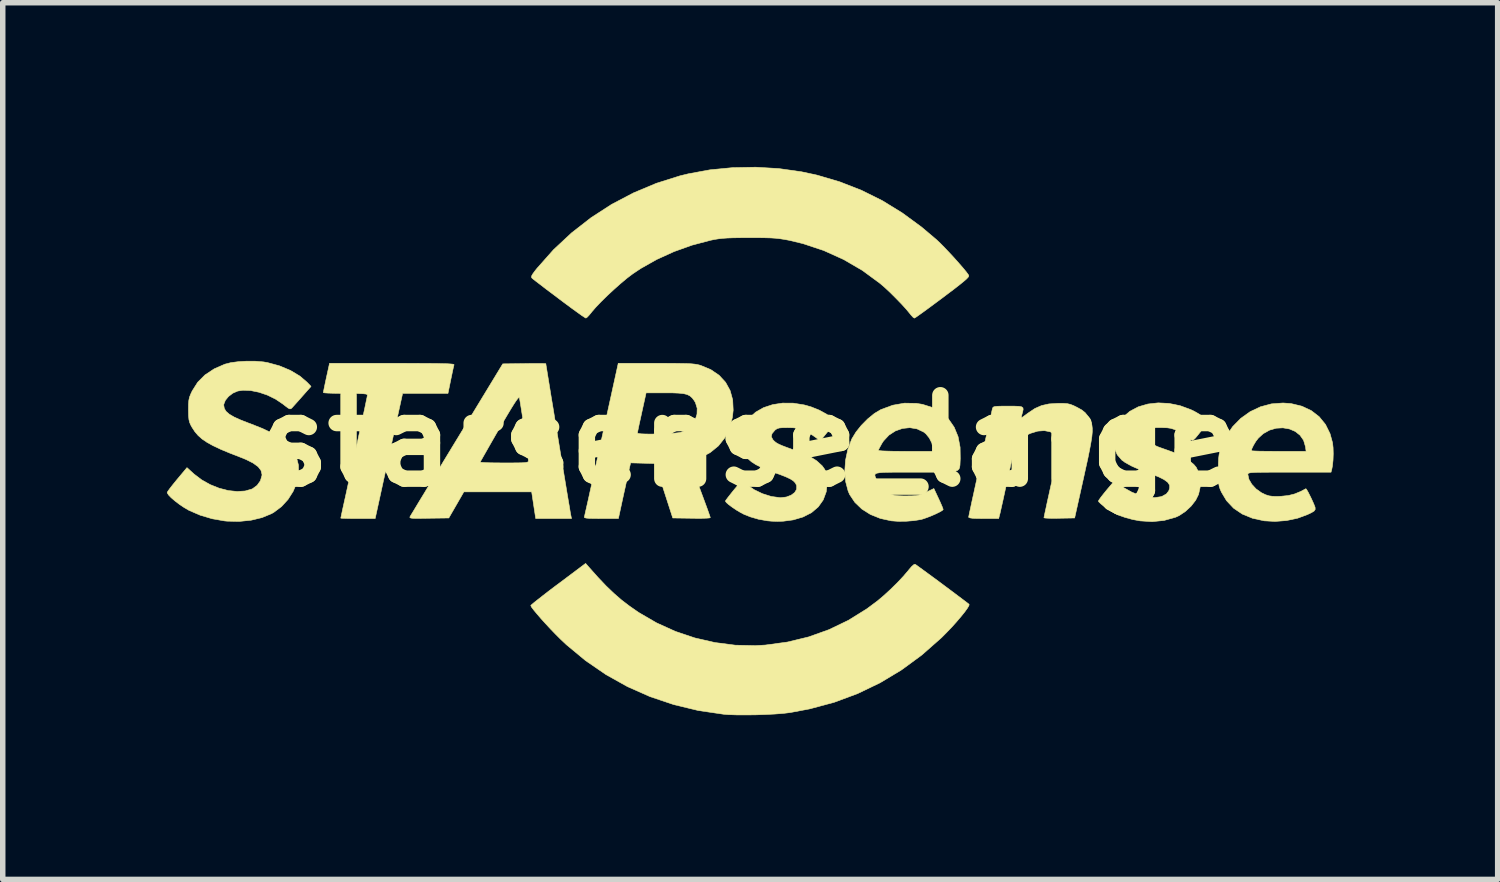
<source format=kicad_pcb>
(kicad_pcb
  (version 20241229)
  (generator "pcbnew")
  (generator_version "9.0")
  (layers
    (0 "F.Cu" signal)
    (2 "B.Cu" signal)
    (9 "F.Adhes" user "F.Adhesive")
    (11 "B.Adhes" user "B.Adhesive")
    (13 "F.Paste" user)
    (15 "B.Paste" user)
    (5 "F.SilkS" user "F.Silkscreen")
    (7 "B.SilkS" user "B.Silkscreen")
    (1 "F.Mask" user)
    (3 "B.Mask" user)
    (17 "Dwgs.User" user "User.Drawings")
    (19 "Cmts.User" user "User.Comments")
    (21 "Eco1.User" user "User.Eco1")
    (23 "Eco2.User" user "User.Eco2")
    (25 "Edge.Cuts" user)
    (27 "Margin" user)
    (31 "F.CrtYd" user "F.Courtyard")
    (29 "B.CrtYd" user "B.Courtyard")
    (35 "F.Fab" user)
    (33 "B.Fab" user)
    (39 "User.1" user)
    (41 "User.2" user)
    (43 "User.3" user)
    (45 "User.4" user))
  (footprint "starsense_large"
    (layer "F.Cu")
    (at 10.648 5.006)
    (property "Reference" "starsense_large" (at 0 0 0) (layer "F.SilkS") (effects (font (size 1.524 1.524) (thickness 0.3))))
    (attr through_hole)
    (fp_poly (pts (xy -6.277 -1.418) (xy -6.059 -1.417) (xy -5.877 -1.416) (xy -5.729 -1.415) (xy -5.613 -1.412) (xy -5.525 -1.41) (xy -5.463 -1.406) (xy -5.424 -1.402) (xy -5.405 -1.396) (xy -5.402 -1.392) (xy -5.41 -1.361) (xy -5.424 -1.299) (xy -5.442 -1.213) (xy -5.462 -1.117) (xy -5.513 -0.868) (xy -6.342 -0.868) (xy -6.429 -0.471) (xy -6.455 -0.352) (xy -6.488 -0.2) (xy -6.527 -0.024) (xy -6.569 0.169) (xy -6.613 0.368) (xy -6.656 0.566) (xy -6.68 0.672) (xy -6.843 1.418) (xy -7.158 1.418) (xy -7.268 1.418) (xy -7.361 1.416) (xy -7.43 1.414) (xy -7.467 1.412) (xy -7.472 1.41) (xy -7.467 1.389) (xy -7.455 1.33) (xy -7.435 1.237) (xy -7.408 1.115) (xy -7.375 0.966) (xy -7.338 0.795) (xy -7.296 0.606) (xy -7.251 0.402) (xy -7.228 0.297) (xy -7.182 0.087) (xy -7.139 -0.112) (xy -7.099 -0.294) (xy -7.064 -0.457) (xy -7.034 -0.596) (xy -7.011 -0.707) (xy -6.994 -0.787) (xy -6.986 -0.831) (xy -6.985 -0.838) (xy -6.992 -0.849) (xy -7.015 -0.857) (xy -7.06 -0.862) (xy -7.131 -0.865) (xy -7.234 -0.867) (xy -7.375 -0.868) (xy -7.387 -0.868) (xy -7.512 -0.869) (xy -7.622 -0.871) (xy -7.709 -0.874) (xy -7.767 -0.878) (xy -7.79 -0.883) (xy -7.79 -0.884) (xy -7.786 -0.909) (xy -7.774 -0.968) (xy -7.757 -1.051) (xy -7.736 -1.15) (xy -7.734 -1.159) (xy -7.677 -1.418) (xy -6.535 -1.418) (xy -6.277 -1.418)) (stroke (width 0.01) (type solid)) (fill yes) (layer "F.SilkS"))
    (fp_poly (pts (xy -2.936 2.309) (xy -2.771 2.494) (xy -2.622 2.651) (xy -2.482 2.785) (xy -2.344 2.905) (xy -2.199 3.016) (xy -2.041 3.126) (xy -2.021 3.139) (xy -1.701 3.325) (xy -1.359 3.48) (xy -1.002 3.6) (xy -0.635 3.684) (xy -0.264 3.732) (xy 0.105 3.74) (xy 0.284 3.73) (xy 0.689 3.675) (xy 1.077 3.581) (xy 1.449 3.448) (xy 1.804 3.277) (xy 2.14 3.068) (xy 2.335 2.923) (xy 2.451 2.825) (xy 2.575 2.711) (xy 2.697 2.591) (xy 2.808 2.473) (xy 2.897 2.369) (xy 2.914 2.347) (xy 2.96 2.294) (xy 2.999 2.26) (xy 3.02 2.253) (xy 3.042 2.267) (xy 3.092 2.303) (xy 3.165 2.356) (xy 3.256 2.423) (xy 3.36 2.499) (xy 3.471 2.581) (xy 3.585 2.666) (xy 3.695 2.748) (xy 3.796 2.824) (xy 3.884 2.89) (xy 3.953 2.942) (xy 3.997 2.976) (xy 4.009 2.986) (xy 4.005 3.01) (xy 3.976 3.059) (xy 3.926 3.128) (xy 3.859 3.211) (xy 3.779 3.305) (xy 3.691 3.403) (xy 3.598 3.5) (xy 3.506 3.593) (xy 3.496 3.602) (xy 3.144 3.912) (xy 2.772 4.185) (xy 2.381 4.42) (xy 1.971 4.617) (xy 1.543 4.776) (xy 1.096 4.896) (xy 0.741 4.963) (xy 0.618 4.978) (xy 0.465 4.99) (xy 0.291 4.999) (xy 0.108 5.005) (xy -0.073 5.007) (xy -0.242 5.006) (xy -0.388 5.001) (xy -0.476 4.994) (xy -0.939 4.926) (xy -1.387 4.818) (xy -1.819 4.673) (xy -2.232 4.49) (xy -2.626 4.27) (xy -2.999 4.014) (xy -3.35 3.723) (xy -3.459 3.62) (xy -3.545 3.534) (xy -3.636 3.44) (xy -3.727 3.342) (xy -3.812 3.248) (xy -3.886 3.162) (xy -3.946 3.09) (xy -3.986 3.037) (xy -4 3.008) (xy -4 3.007) (xy -3.984 2.991) (xy -3.938 2.952) (xy -3.866 2.895) (xy -3.773 2.822) (xy -3.663 2.737) (xy -3.54 2.644) (xy -3.499 2.614) (xy -2.998 2.238) (xy -2.936 2.309)) (stroke (width 0.01) (type solid)) (fill yes) (layer "F.SilkS"))
    (fp_poly (pts (xy -3.802 -1.415) (xy -3.746 -1.413) (xy -3.725 -1.411) (xy -3.725 -1.411) (xy -3.722 -1.388) (xy -3.712 -1.328) (xy -3.697 -1.235) (xy -3.677 -1.112) (xy -3.653 -0.965) (xy -3.626 -0.797) (xy -3.595 -0.613) (xy -3.563 -0.416) (xy -3.529 -0.211) (xy -3.495 -0.003) (xy -3.461 0.205) (xy -3.427 0.408) (xy -3.395 0.603) (xy -3.365 0.784) (xy -3.338 0.948) (xy -3.314 1.091) (xy -3.294 1.207) (xy -3.28 1.294) (xy -3.271 1.346) (xy -3.268 1.36) (xy -3.256 1.418) (xy -3.91 1.418) (xy -3.947 1.175) (xy -3.984 0.931) (xy -5.223 0.931) (xy -5.36 1.169) (xy -5.498 1.408) (xy -5.862 1.413) (xy -5.993 1.415) (xy -6.088 1.416) (xy -6.152 1.414) (xy -6.189 1.41) (xy -6.207 1.403) (xy -6.209 1.392) (xy -6.205 1.382) (xy -6.191 1.358) (xy -6.156 1.301) (xy -6.103 1.213) (xy -6.034 1.098) (xy -5.949 0.959) (xy -5.852 0.797) (xy -5.742 0.617) (xy -5.623 0.421) (xy -5.602 0.386) (xy -4.925 0.386) (xy -4.908 0.391) (xy -4.854 0.395) (xy -4.77 0.399) (xy -4.662 0.401) (xy -4.535 0.402) (xy -4.489 0.402) (xy -4.34 0.402) (xy -4.228 0.401) (xy -4.149 0.399) (xy -4.096 0.395) (xy -4.064 0.389) (xy -4.048 0.38) (xy -4.043 0.369) (xy -4.043 0.365) (xy -4.046 0.329) (xy -4.054 0.258) (xy -4.067 0.161) (xy -4.082 0.043) (xy -4.101 -0.087) (xy -4.12 -0.224) (xy -4.14 -0.361) (xy -4.159 -0.49) (xy -4.177 -0.604) (xy -4.192 -0.697) (xy -4.203 -0.762) (xy -4.209 -0.792) (xy -4.218 -0.793) (xy -4.238 -0.774) (xy -4.269 -0.732) (xy -4.312 -0.667) (xy -4.369 -0.575) (xy -4.44 -0.456) (xy -4.527 -0.308) (xy -4.632 -0.128) (xy -4.754 0.085) (xy -4.895 0.333) (xy -4.925 0.386) (xy -5.602 0.386) (xy -5.496 0.211) (xy -5.362 -0.009) (xy -5.348 -0.032) (xy -4.512 -1.408) (xy -4.119 -1.413) (xy -3.995 -1.415) (xy -3.887 -1.415) (xy -3.802 -1.415)) (stroke (width 0.01) (type solid)) (fill yes) (layer "F.SilkS"))
    (fp_poly (pts (xy 9.892 -0.682) (xy 10.089 -0.634) (xy 10.26 -0.554) (xy 10.405 -0.442) (xy 10.52 -0.301) (xy 10.603 -0.133) (xy 10.649 0.034) (xy 10.659 0.124) (xy 10.662 0.235) (xy 10.658 0.352) (xy 10.647 0.457) (xy 10.634 0.524) (xy 10.621 0.572) (xy 9.861 0.572) (xy 9.662 0.572) (xy 9.501 0.572) (xy 9.374 0.573) (xy 9.278 0.574) (xy 9.207 0.577) (xy 9.159 0.58) (xy 9.128 0.586) (xy 9.111 0.592) (xy 9.103 0.601) (xy 9.102 0.612) (xy 9.102 0.615) (xy 9.121 0.702) (xy 9.174 0.793) (xy 9.252 0.877) (xy 9.35 0.947) (xy 9.427 0.984) (xy 9.491 1.004) (xy 9.56 1.013) (xy 9.65 1.014) (xy 9.713 1.011) (xy 9.84 0.998) (xy 9.953 0.97) (xy 10.068 0.923) (xy 10.162 0.873) (xy 10.175 0.888) (xy 10.202 0.934) (xy 10.237 1.003) (xy 10.265 1.06) (xy 10.306 1.151) (xy 10.33 1.212) (xy 10.332 1.252) (xy 10.311 1.282) (xy 10.265 1.31) (xy 10.192 1.345) (xy 10.011 1.412) (xy 9.808 1.455) (xy 9.599 1.471) (xy 9.401 1.46) (xy 9.186 1.413) (xy 8.999 1.336) (xy 8.841 1.229) (xy 8.712 1.092) (xy 8.619 0.936) (xy 8.595 0.882) (xy 8.579 0.834) (xy 8.569 0.781) (xy 8.564 0.712) (xy 8.562 0.618) (xy 8.562 0.54) (xy 8.563 0.417) (xy 8.567 0.324) (xy 8.576 0.251) (xy 8.591 0.185) (xy 8.593 0.179) (xy 9.165 0.179) (xy 9.185 0.182) (xy 9.242 0.185) (xy 9.329 0.188) (xy 9.442 0.189) (xy 9.573 0.19) (xy 9.665 0.191) (xy 10.166 0.191) (xy 10.154 0.104) (xy 10.12 -0.011) (xy 10.055 -0.104) (xy 9.966 -0.174) (xy 9.86 -0.219) (xy 9.742 -0.239) (xy 9.619 -0.232) (xy 9.498 -0.197) (xy 9.383 -0.133) (xy 9.293 -0.051) (xy 9.247 0.009) (xy 9.206 0.077) (xy 9.176 0.139) (xy 9.165 0.179) (xy 8.593 0.179) (xy 8.612 0.12) (xy 8.703 -0.083) (xy 8.824 -0.261) (xy 8.972 -0.412) (xy 9.143 -0.534) (xy 9.331 -0.623) (xy 9.533 -0.677) (xy 9.745 -0.693) (xy 9.892 -0.682)) (stroke (width 0.01) (type solid)) (fill yes) (layer "F.SilkS"))
    (fp_poly (pts (xy -1.518 -1.418) (xy -1.362 -1.417) (xy -1.237 -1.415) (xy -1.14 -1.413) (xy -1.065 -1.409) (xy -1.006 -1.403) (xy -0.959 -1.396) (xy -0.918 -1.386) (xy -0.892 -1.378) (xy -0.71 -1.302) (xy -0.559 -1.199) (xy -0.441 -1.071) (xy -0.358 -0.92) (xy -0.311 -0.75) (xy -0.302 -0.562) (xy -0.316 -0.432) (xy -0.369 -0.231) (xy -0.455 -0.057) (xy -0.572 0.091) (xy -0.724 0.214) (xy -0.91 0.312) (xy -1.072 0.371) (xy -1.073 0.393) (xy -1.058 0.452) (xy -1.028 0.546) (xy -0.985 0.673) (xy -0.927 0.831) (xy -0.908 0.882) (xy -0.857 1.019) (xy -0.811 1.144) (xy -0.772 1.25) (xy -0.743 1.332) (xy -0.725 1.385) (xy -0.72 1.402) (xy -0.74 1.408) (xy -0.795 1.412) (xy -0.878 1.414) (xy -0.983 1.414) (xy -1.063 1.413) (xy -1.406 1.408) (xy -1.567 0.91) (xy -1.728 0.413) (xy -2.176 0.401) (xy -2.209 0.544) (xy -2.224 0.614) (xy -2.246 0.715) (xy -2.272 0.836) (xy -2.301 0.966) (xy -2.32 1.053) (xy -2.399 1.418) (xy -2.715 1.418) (xy -2.842 1.417) (xy -2.932 1.415) (xy -2.988 1.41) (xy -3.017 1.402) (xy -3.022 1.392) (xy -3.016 1.367) (xy -3.002 1.304) (xy -2.98 1.207) (xy -2.951 1.079) (xy -2.917 0.924) (xy -2.877 0.744) (xy -2.833 0.544) (xy -2.785 0.327) (xy -2.734 0.096) (xy -2.708 -0.026) (xy -2.682 -0.143) (xy -2.052 -0.143) (xy -2.033 -0.135) (xy -1.979 -0.129) (xy -1.899 -0.126) (xy -1.8 -0.125) (xy -1.69 -0.127) (xy -1.577 -0.13) (xy -1.469 -0.135) (xy -1.373 -0.142) (xy -1.298 -0.15) (xy -1.255 -0.159) (xy -1.146 -0.21) (xy -1.059 -0.287) (xy -0.997 -0.382) (xy -0.963 -0.489) (xy -0.96 -0.597) (xy -0.992 -0.701) (xy -1.016 -0.74) (xy -1.053 -0.788) (xy -1.093 -0.823) (xy -1.143 -0.848) (xy -1.208 -0.864) (xy -1.296 -0.873) (xy -1.414 -0.878) (xy -1.544 -0.878) (xy -1.893 -0.878) (xy -1.972 -0.519) (xy -1.998 -0.4) (xy -2.021 -0.297) (xy -2.038 -0.214) (xy -2.049 -0.161) (xy -2.052 -0.143) (xy -2.682 -0.143) (xy -2.402 -1.418) (xy -1.711 -1.418) (xy -1.518 -1.418)) (stroke (width 0.01) (type solid)) (fill yes) (layer "F.SilkS"))
    (fp_poly (pts (xy 0.794 -0.69) (xy 0.995 -0.658) (xy 1.122 -0.622) (xy 1.271 -0.562) (xy 1.401 -0.491) (xy 1.502 -0.414) (xy 1.521 -0.395) (xy 1.568 -0.345) (xy 1.428 -0.172) (xy 1.288 0.001) (xy 1.207 -0.063) (xy 1.141 -0.109) (xy 1.058 -0.157) (xy 1.002 -0.185) (xy 0.93 -0.216) (xy 0.865 -0.233) (xy 0.789 -0.241) (xy 0.695 -0.243) (xy 0.603 -0.242) (xy 0.543 -0.237) (xy 0.503 -0.225) (xy 0.471 -0.205) (xy 0.459 -0.194) (xy 0.407 -0.132) (xy 0.395 -0.077) (xy 0.423 -0.023) (xy 0.445 0.00026) (xy 0.47 0.022) (xy 0.498 0.042) (xy 0.537 0.062) (xy 0.591 0.086) (xy 0.667 0.115) (xy 0.77 0.153) (xy 0.906 0.202) (xy 0.931 0.211) (xy 1.091 0.28) (xy 1.223 0.363) (xy 1.324 0.455) (xy 1.37 0.519) (xy 1.397 0.578) (xy 1.412 0.644) (xy 1.417 0.732) (xy 1.417 0.762) (xy 1.398 0.93) (xy 1.343 1.078) (xy 1.253 1.205) (xy 1.13 1.31) (xy 0.976 1.389) (xy 0.794 1.443) (xy 0.614 1.467) (xy 0.512 1.47) (xy 0.405 1.467) (xy 0.326 1.46) (xy 0.161 1.431) (xy 0.016 1.389) (xy -0.103 1.342) (xy -0.168 1.308) (xy -0.242 1.264) (xy -0.316 1.214) (xy -0.38 1.167) (xy -0.426 1.127) (xy -0.444 1.101) (xy -0.445 1.1) (xy -0.432 1.078) (xy -0.397 1.032) (xy -0.346 0.967) (xy -0.294 0.902) (xy -0.143 0.721) (xy -0.056 0.796) (xy 0.077 0.889) (xy 0.232 0.964) (xy 0.394 1.015) (xy 0.549 1.036) (xy 0.567 1.037) (xy 0.669 1.025) (xy 0.756 0.992) (xy 0.821 0.944) (xy 0.857 0.884) (xy 0.858 0.818) (xy 0.855 0.81) (xy 0.833 0.767) (xy 0.795 0.728) (xy 0.735 0.691) (xy 0.648 0.651) (xy 0.527 0.605) (xy 0.492 0.593) (xy 0.333 0.534) (xy 0.208 0.482) (xy 0.11 0.432) (xy 0.033 0.382) (xy -0.03 0.327) (xy -0.04 0.317) (xy -0.118 0.208) (xy -0.159 0.082) (xy -0.163 -0.057) (xy -0.13 -0.203) (xy -0.095 -0.288) (xy -0.008 -0.419) (xy 0.109 -0.526) (xy 0.253 -0.608) (xy 0.419 -0.663) (xy 0.601 -0.691) (xy 0.794 -0.69)) (stroke (width 0.01) (type solid)) (fill yes) (layer "F.SilkS"))
    (fp_poly (pts (xy 7.661 -0.685) (xy 7.862 -0.644) (xy 8.061 -0.571) (xy 8.13 -0.537) (xy 8.208 -0.492) (xy 8.278 -0.445) (xy 8.325 -0.406) (xy 8.325 -0.406) (xy 8.381 -0.348) (xy 8.263 -0.201) (xy 8.194 -0.114) (xy 8.146 -0.055) (xy 8.113 -0.023) (xy 8.089 -0.011) (xy 8.068 -0.018) (xy 8.044 -0.038) (xy 8.029 -0.053) (xy 7.979 -0.092) (xy 7.906 -0.137) (xy 7.832 -0.177) (xy 7.758 -0.21) (xy 7.695 -0.23) (xy 7.628 -0.24) (xy 7.541 -0.243) (xy 7.507 -0.243) (xy 7.417 -0.243) (xy 7.359 -0.239) (xy 7.32 -0.229) (xy 7.291 -0.209) (xy 7.261 -0.177) (xy 7.258 -0.174) (xy 7.221 -0.127) (xy 7.199 -0.091) (xy 7.197 -0.083) (xy 7.216 -0.041) (xy 7.269 0.007) (xy 7.348 0.056) (xy 7.446 0.102) (xy 7.482 0.116) (xy 7.578 0.15) (xy 7.673 0.184) (xy 7.75 0.212) (xy 7.758 0.215) (xy 7.895 0.275) (xy 8.017 0.349) (xy 8.114 0.43) (xy 8.158 0.482) (xy 8.208 0.587) (xy 8.232 0.714) (xy 8.229 0.852) (xy 8.201 0.977) (xy 8.148 1.084) (xy 8.065 1.191) (xy 7.962 1.287) (xy 7.849 1.363) (xy 7.782 1.394) (xy 7.571 1.453) (xy 7.352 1.475) (xy 7.133 1.461) (xy 6.998 1.436) (xy 6.858 1.398) (xy 6.731 1.353) (xy 6.679 1.329) (xy 6.614 1.292) (xy 6.542 1.246) (xy 6.473 1.196) (xy 6.416 1.15) (xy 6.379 1.114) (xy 6.371 1.099) (xy 6.384 1.075) (xy 6.419 1.026) (xy 6.471 0.96) (xy 6.522 0.897) (xy 6.674 0.718) (xy 6.729 0.769) (xy 6.846 0.861) (xy 6.98 0.936) (xy 7.123 0.992) (xy 7.265 1.026) (xy 7.399 1.036) (xy 7.514 1.019) (xy 7.541 1.009) (xy 7.614 0.968) (xy 7.656 0.913) (xy 7.673 0.862) (xy 7.672 0.809) (xy 7.639 0.757) (xy 7.57 0.706) (xy 7.465 0.654) (xy 7.329 0.602) (xy 7.132 0.528) (xy 6.975 0.458) (xy 6.858 0.393) (xy 6.799 0.35) (xy 6.716 0.254) (xy 6.665 0.138) (xy 6.646 0.008) (xy 6.659 -0.127) (xy 6.703 -0.261) (xy 6.78 -0.387) (xy 6.815 -0.429) (xy 6.945 -0.541) (xy 7.1 -0.623) (xy 7.274 -0.674) (xy 7.463 -0.695) (xy 7.661 -0.685)) (stroke (width 0.01) (type solid)) (fill yes) (layer "F.SilkS"))
    (fp_poly (pts (xy 0.532 -4.976) (xy 0.943 -4.918) (xy 1.228 -4.857) (xy 1.645 -4.734) (xy 2.042 -4.579) (xy 2.421 -4.391) (xy 2.787 -4.166) (xy 3.144 -3.904) (xy 3.416 -3.674) (xy 3.481 -3.612) (xy 3.559 -3.533) (xy 3.646 -3.441) (xy 3.736 -3.344) (xy 3.821 -3.248) (xy 3.897 -3.161) (xy 3.957 -3.088) (xy 3.995 -3.036) (xy 4.002 -3.024) (xy 4.002 -3.01) (xy 3.989 -2.988) (xy 3.958 -2.956) (xy 3.907 -2.912) (xy 3.833 -2.852) (xy 3.733 -2.774) (xy 3.603 -2.676) (xy 3.524 -2.616) (xy 3.397 -2.522) (xy 3.281 -2.436) (xy 3.18 -2.362) (xy 3.099 -2.304) (xy 3.041 -2.263) (xy 3.011 -2.245) (xy 3.008 -2.244) (xy 2.985 -2.259) (xy 2.949 -2.298) (xy 2.929 -2.323) (xy 2.863 -2.403) (xy 2.775 -2.5) (xy 2.672 -2.606) (xy 2.566 -2.712) (xy 2.464 -2.807) (xy 2.381 -2.878) (xy 2.059 -3.115) (xy 1.715 -3.315) (xy 1.352 -3.479) (xy 0.973 -3.605) (xy 0.718 -3.666) (xy 0.632 -3.682) (xy 0.554 -3.694) (xy 0.474 -3.703) (xy 0.384 -3.709) (xy 0.277 -3.712) (xy 0.143 -3.714) (xy -0.011 -3.714) (xy -0.176 -3.713) (xy -0.307 -3.711) (xy -0.412 -3.707) (xy -0.498 -3.701) (xy -0.575 -3.692) (xy -0.649 -3.68) (xy -0.72 -3.665) (xy -1.053 -3.577) (xy -1.383 -3.459) (xy -1.7 -3.315) (xy -1.992 -3.15) (xy -2.137 -3.053) (xy -2.239 -2.976) (xy -2.355 -2.879) (xy -2.479 -2.769) (xy -2.602 -2.655) (xy -2.716 -2.543) (xy -2.814 -2.44) (xy -2.887 -2.356) (xy -2.893 -2.347) (xy -2.938 -2.293) (xy -2.975 -2.255) (xy -2.994 -2.244) (xy -3.016 -2.257) (xy -3.068 -2.291) (xy -3.143 -2.345) (xy -3.239 -2.414) (xy -3.35 -2.496) (xy -3.473 -2.588) (xy -3.482 -2.595) (xy -3.605 -2.688) (xy -3.719 -2.773) (xy -3.817 -2.849) (xy -3.896 -2.909) (xy -3.951 -2.952) (xy -3.977 -2.973) (xy -3.977 -2.974) (xy -3.988 -2.992) (xy -3.983 -3.018) (xy -3.96 -3.057) (xy -3.914 -3.119) (xy -3.883 -3.157) (xy -3.585 -3.493) (xy -3.256 -3.8) (xy -2.901 -4.077) (xy -2.523 -4.322) (xy -2.123 -4.532) (xy -1.706 -4.707) (xy -1.275 -4.843) (xy -1.123 -4.88) (xy -0.727 -4.953) (xy -0.312 -4.993) (xy 0.11 -5.001) (xy 0.532 -4.976)) (stroke (width 0.01) (type solid)) (fill yes) (layer "F.SilkS"))
    (fp_poly (pts (xy 5.731 -0.686) (xy 5.802 -0.681) (xy 5.858 -0.668) (xy 5.915 -0.646) (xy 5.982 -0.613) (xy 6.068 -0.565) (xy 6.128 -0.517) (xy 6.175 -0.459) (xy 6.19 -0.437) (xy 6.217 -0.389) (xy 6.238 -0.342) (xy 6.252 -0.292) (xy 6.259 -0.233) (xy 6.259 -0.163) (xy 6.251 -0.075) (xy 6.234 0.033) (xy 6.209 0.167) (xy 6.176 0.331) (xy 6.132 0.529) (xy 6.102 0.667) (xy 5.937 1.408) (xy 5.656 1.413) (xy 5.553 1.415) (xy 5.467 1.413) (xy 5.406 1.41) (xy 5.377 1.405) (xy 5.376 1.403) (xy 5.381 1.379) (xy 5.393 1.319) (xy 5.413 1.228) (xy 5.438 1.11) (xy 5.469 0.971) (xy 5.503 0.815) (xy 5.526 0.713) (xy 5.675 0.04) (xy 5.637 -0.038) (xy 5.576 -0.117) (xy 5.49 -0.167) (xy 5.383 -0.188) (xy 5.262 -0.179) (xy 5.131 -0.139) (xy 5.063 -0.107) (xy 4.991 -0.065) (xy 4.929 -0.022) (xy 4.894 0.007) (xy 4.878 0.035) (xy 4.858 0.089) (xy 4.834 0.171) (xy 4.805 0.286) (xy 4.77 0.435) (xy 4.728 0.622) (xy 4.721 0.656) (xy 4.686 0.814) (xy 4.654 0.962) (xy 4.625 1.095) (xy 4.6 1.205) (xy 4.582 1.287) (xy 4.571 1.334) (xy 4.569 1.339) (xy 4.549 1.418) (xy 4.275 1.418) (xy 4.157 1.417) (xy 4.075 1.414) (xy 4.026 1.407) (xy 4.003 1.398) (xy 4 1.391) (xy 4.005 1.367) (xy 4.017 1.307) (xy 4.037 1.215) (xy 4.062 1.097) (xy 4.093 0.957) (xy 4.127 0.8) (xy 4.164 0.632) (xy 4.202 0.457) (xy 4.241 0.28) (xy 4.279 0.106) (xy 4.316 -0.061) (xy 4.35 -0.214) (xy 4.38 -0.349) (xy 4.406 -0.462) (xy 4.425 -0.547) (xy 4.434 -0.587) (xy 4.441 -0.607) (xy 4.454 -0.62) (xy 4.48 -0.628) (xy 4.527 -0.633) (xy 4.602 -0.635) (xy 4.712 -0.635) (xy 4.721 -0.635) (xy 4.838 -0.635) (xy 4.918 -0.632) (xy 4.968 -0.623) (xy 4.992 -0.605) (xy 4.996 -0.576) (xy 4.987 -0.53) (xy 4.976 -0.492) (xy 4.965 -0.446) (xy 4.964 -0.424) (xy 4.965 -0.423) (xy 4.985 -0.435) (xy 5.028 -0.466) (xy 5.085 -0.508) (xy 5.21 -0.592) (xy 5.333 -0.646) (xy 5.467 -0.676) (xy 5.626 -0.686) (xy 5.633 -0.686) (xy 5.731 -0.686)) (stroke (width 0.01) (type solid)) (fill yes) (layer "F.SilkS"))
    (fp_poly (pts (xy 3.046 -0.686) (xy 3.157 -0.668) (xy 3.343 -0.609) (xy 3.502 -0.518) (xy 3.634 -0.398) (xy 3.736 -0.25) (xy 3.807 -0.078) (xy 3.844 0.116) (xy 3.847 0.324) (xy 3.844 0.388) (xy 3.842 0.44) (xy 3.836 0.482) (xy 3.824 0.513) (xy 3.8 0.537) (xy 3.76 0.553) (xy 3.702 0.564) (xy 3.62 0.569) (xy 3.51 0.572) (xy 3.369 0.572) (xy 3.193 0.572) (xy 3.046 0.572) (xy 2.842 0.571) (xy 2.676 0.571) (xy 2.546 0.573) (xy 2.447 0.575) (xy 2.375 0.581) (xy 2.327 0.589) (xy 2.299 0.601) (xy 2.287 0.618) (xy 2.289 0.641) (xy 2.299 0.669) (xy 2.314 0.704) (xy 2.319 0.715) (xy 2.389 0.83) (xy 2.494 0.925) (xy 2.551 0.96) (xy 2.597 0.981) (xy 2.648 0.995) (xy 2.713 1.002) (xy 2.805 1.005) (xy 2.857 1.005) (xy 2.961 1.004) (xy 3.036 1) (xy 3.095 0.989) (xy 3.151 0.97) (xy 3.219 0.939) (xy 3.222 0.938) (xy 3.365 0.87) (xy 3.45 1.052) (xy 3.487 1.133) (xy 3.516 1.2) (xy 3.532 1.243) (xy 3.535 1.253) (xy 3.517 1.272) (xy 3.468 1.3) (xy 3.399 1.334) (xy 3.319 1.369) (xy 3.237 1.401) (xy 3.164 1.426) (xy 3.133 1.435) (xy 3.005 1.456) (xy 2.857 1.468) (xy 2.708 1.469) (xy 2.586 1.46) (xy 2.385 1.416) (xy 2.204 1.343) (xy 2.048 1.244) (xy 1.921 1.122) (xy 1.826 0.98) (xy 1.798 0.915) (xy 1.753 0.744) (xy 1.737 0.553) (xy 1.751 0.353) (xy 1.789 0.174) (xy 2.349 0.174) (xy 2.37 0.178) (xy 2.426 0.183) (xy 2.514 0.186) (xy 2.626 0.189) (xy 2.757 0.19) (xy 2.847 0.191) (xy 3.344 0.191) (xy 3.344 0.122) (xy 3.327 0.037) (xy 3.282 -0.052) (xy 3.219 -0.13) (xy 3.179 -0.162) (xy 3.057 -0.22) (xy 2.925 -0.242) (xy 2.791 -0.228) (xy 2.661 -0.182) (xy 2.544 -0.106) (xy 2.445 0.000155) (xy 2.418 0.041) (xy 2.383 0.104) (xy 2.358 0.152) (xy 2.349 0.174) (xy 1.789 0.174) (xy 1.793 0.155) (xy 1.863 -0.031) (xy 1.868 -0.041) (xy 1.941 -0.161) (xy 2.04 -0.285) (xy 2.156 -0.402) (xy 2.277 -0.501) (xy 2.394 -0.571) (xy 2.396 -0.572) (xy 2.613 -0.652) (xy 2.829 -0.69) (xy 3.046 -0.686)) (stroke (width 0.01) (type solid)) (fill yes) (layer "F.SilkS"))
    (fp_poly (pts (xy -9.032 -1.456) (xy -8.887 -1.444) (xy -8.814 -1.432) (xy -8.593 -1.372) (xy -8.392 -1.288) (xy -8.217 -1.183) (xy -8.087 -1.071) (xy -8.015 -0.996) (xy -8.17 -0.821) (xy -8.237 -0.745) (xy -8.297 -0.678) (xy -8.342 -0.628) (xy -8.362 -0.606) (xy -8.381 -0.589) (xy -8.402 -0.585) (xy -8.432 -0.599) (xy -8.479 -0.634) (xy -8.53 -0.674) (xy -8.662 -0.763) (xy -8.81 -0.836) (xy -8.965 -0.889) (xy -9.117 -0.92) (xy -9.258 -0.926) (xy -9.355 -0.911) (xy -9.445 -0.872) (xy -9.523 -0.812) (xy -9.581 -0.741) (xy -9.609 -0.669) (xy -9.61 -0.652) (xy -9.6 -0.594) (xy -9.568 -0.54) (xy -9.51 -0.489) (xy -9.422 -0.437) (xy -9.3 -0.382) (xy -9.141 -0.32) (xy -9.133 -0.318) (xy -8.901 -0.226) (xy -8.709 -0.133) (xy -8.553 -0.036) (xy -8.431 0.067) (xy -8.342 0.179) (xy -8.281 0.302) (xy -8.246 0.438) (xy -8.245 0.446) (xy -8.242 0.603) (xy -8.275 0.764) (xy -8.342 0.922) (xy -8.436 1.07) (xy -8.555 1.2) (xy -8.695 1.305) (xy -8.737 1.329) (xy -8.911 1.401) (xy -9.111 1.449) (xy -9.328 1.471) (xy -9.552 1.466) (xy -9.6 1.461) (xy -9.822 1.422) (xy -10.041 1.357) (xy -10.24 1.271) (xy -10.245 1.269) (xy -10.331 1.219) (xy -10.419 1.16) (xy -10.501 1.097) (xy -10.57 1.038) (xy -10.62 0.986) (xy -10.642 0.949) (xy -10.643 0.94) (xy -10.627 0.914) (xy -10.59 0.863) (xy -10.535 0.793) (xy -10.47 0.713) (xy -10.459 0.7) (xy -10.282 0.488) (xy -10.152 0.606) (xy -10.014 0.711) (xy -9.859 0.798) (xy -9.694 0.864) (xy -9.528 0.907) (xy -9.366 0.924) (xy -9.219 0.915) (xy -9.092 0.878) (xy -9.084 0.874) (xy -9 0.812) (xy -8.94 0.728) (xy -8.912 0.633) (xy -8.911 0.612) (xy -8.929 0.54) (xy -8.982 0.471) (xy -9.073 0.405) (xy -9.204 0.339) (xy -9.29 0.304) (xy -9.496 0.224) (xy -9.666 0.153) (xy -9.804 0.088) (xy -9.916 0.026) (xy -10.006 -0.035) (xy -10.078 -0.099) (xy -10.137 -0.168) (xy -10.188 -0.246) (xy -10.209 -0.283) (xy -10.232 -0.334) (xy -10.246 -0.389) (xy -10.253 -0.461) (xy -10.255 -0.561) (xy -10.255 -0.572) (xy -10.254 -0.671) (xy -10.248 -0.742) (xy -10.235 -0.801) (xy -10.211 -0.861) (xy -10.186 -0.914) (xy -10.086 -1.072) (xy -9.952 -1.206) (xy -9.784 -1.317) (xy -9.59 -1.402) (xy -9.48 -1.43) (xy -9.342 -1.448) (xy -9.188 -1.457) (xy -9.032 -1.456)) (stroke (width 0.01) (type solid)) (fill yes) (layer "F.SilkS")))
  (gr_rect
    (start -3 -3)
    (end 24.314 13.018)
    (stroke (width 0.1) (type default))
    (fill no)
    (layer "Edge.Cuts")))
</source>
